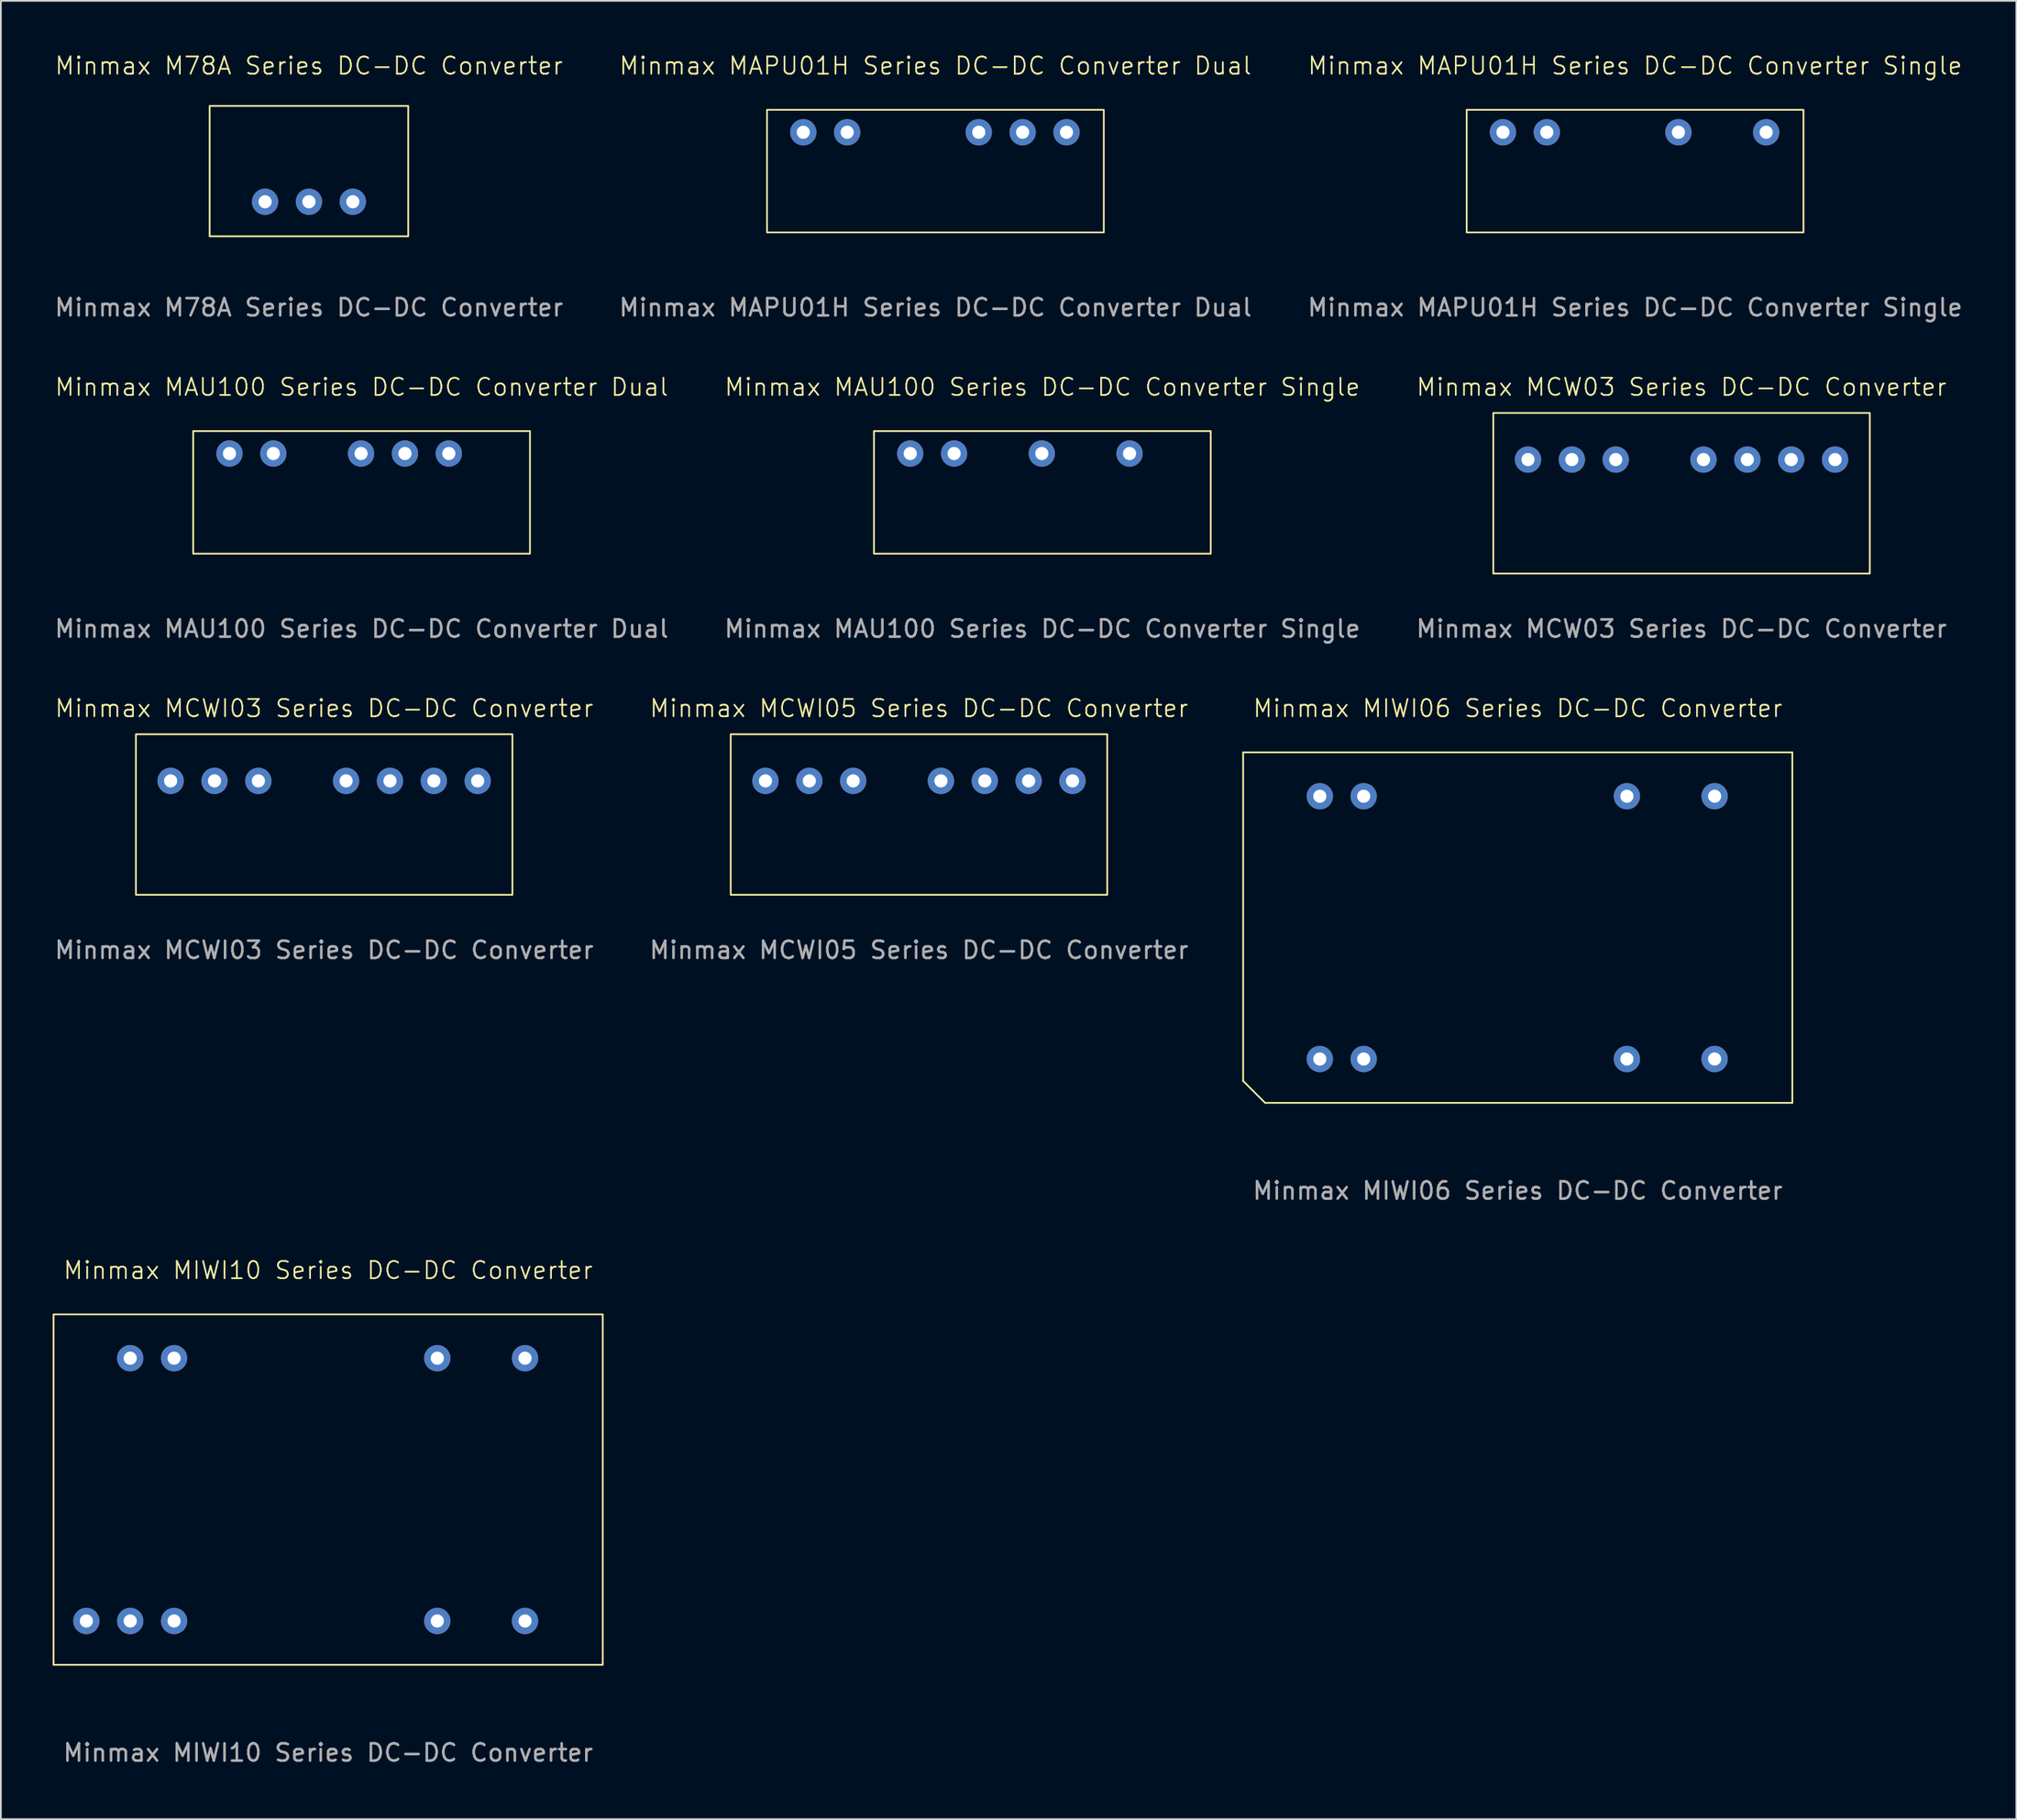
<source format=kicad_pcb>
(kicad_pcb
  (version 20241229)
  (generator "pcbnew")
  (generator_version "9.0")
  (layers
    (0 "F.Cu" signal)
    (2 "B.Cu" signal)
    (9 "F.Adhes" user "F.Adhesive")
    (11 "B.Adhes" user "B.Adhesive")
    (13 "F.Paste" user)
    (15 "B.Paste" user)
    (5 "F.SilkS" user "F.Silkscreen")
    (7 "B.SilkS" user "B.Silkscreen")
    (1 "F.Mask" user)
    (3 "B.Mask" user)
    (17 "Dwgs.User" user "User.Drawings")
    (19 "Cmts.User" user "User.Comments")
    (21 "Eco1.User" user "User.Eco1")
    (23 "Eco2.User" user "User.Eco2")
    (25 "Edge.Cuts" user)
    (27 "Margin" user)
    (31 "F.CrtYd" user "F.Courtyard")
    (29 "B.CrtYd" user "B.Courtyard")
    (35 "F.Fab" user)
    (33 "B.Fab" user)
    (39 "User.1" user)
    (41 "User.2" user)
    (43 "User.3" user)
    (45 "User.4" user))
  (footprint "Minmax MCWI03 Series DC-DC Converter"
    (layer "F.Cu")
    (at 15.72 44.078)
    (property "Reference" "Minmax MCWI03 Series DC-DC Converter" (at 0 -6.1 0) (unlocked yes) (layer "F.SilkS") (effects (font (size 1 1) (thickness 0.1))))
    (attr through_hole)
    (fp_rect (start -10.9 -4.6) (end 10.9 4.7) (stroke (width 0.1) (type default)) (fill no) (layer "F.SilkS"))
    (fp_text user "${REFERENCE}" (at 0 7.9 0) (unlocked yes) (layer "F.Fab") (effects (font (size 1 1) (thickness 0.15))))
    (pad "1" thru_hole circle (at -8.89 -1.9) (size 1.524 1.524) (drill 0.762) (layers "*.Cu" "*.Mask"))
    (pad "2" thru_hole circle (at -6.35 -1.9) (size 1.524 1.524) (drill 0.762) (layers "*.Cu" "*.Mask"))
    (pad "3" thru_hole circle (at -3.81 -1.9) (size 1.524 1.524) (drill 0.762) (layers "*.Cu" "*.Mask"))
    (pad "5" thru_hole circle (at 1.27 -1.9) (size 1.524 1.524) (drill 0.762) (layers "*.Cu" "*.Mask"))
    (pad "6" thru_hole circle (at 3.81 -1.9) (size 1.524 1.524) (drill 0.762) (layers "*.Cu" "*.Mask"))
    (pad "7" thru_hole circle (at 6.35 -1.9) (size 1.524 1.524) (drill 0.762) (layers "*.Cu" "*.Mask"))
    (pad "8" thru_hole circle (at 8.89 -1.9) (size 1.524 1.524) (drill 0.762) (layers "*.Cu" "*.Mask")))
  (footprint "Minmax MCW03 Series DC-DC Converter"
    (layer "F.Cu")
    (at 94.315 25.469)
    (property "Reference" "Minmax MCW03 Series DC-DC Converter" (at 0 -6.1 0) (unlocked yes) (layer "F.SilkS") (effects (font (size 1 1) (thickness 0.1))))
    (attr through_hole)
    (fp_rect (start -10.9 -4.6) (end 10.9 4.7) (stroke (width 0.1) (type default)) (fill no) (layer "F.SilkS"))
    (fp_text user "${REFERENCE}" (at 0 7.9 0) (unlocked yes) (layer "F.Fab") (effects (font (size 1 1) (thickness 0.15))))
    (pad "1" thru_hole circle (at -8.89 -1.9) (size 1.524 1.524) (drill 0.762) (layers "*.Cu" "*.Mask"))
    (pad "2" thru_hole circle (at -6.35 -1.9) (size 1.524 1.524) (drill 0.762) (layers "*.Cu" "*.Mask"))
    (pad "3" thru_hole circle (at -3.81 -1.9) (size 1.524 1.524) (drill 0.762) (layers "*.Cu" "*.Mask"))
    (pad "5" thru_hole circle (at 1.27 -1.9) (size 1.524 1.524) (drill 0.762) (layers "*.Cu" "*.Mask"))
    (pad "6" thru_hole circle (at 3.81 -1.9) (size 1.524 1.524) (drill 0.762) (layers "*.Cu" "*.Mask"))
    (pad "7" thru_hole circle (at 6.35 -1.9) (size 1.524 1.524) (drill 0.762) (layers "*.Cu" "*.Mask"))
    (pad "8" thru_hole circle (at 8.89 -1.9) (size 1.524 1.524) (drill 0.762) (layers "*.Cu" "*.Mask")))
  (footprint "Minmax M78A Series DC-DC Converter"
    (layer "F.Cu")
    (at 14.839 6.861)
    (property "Reference" "Minmax M78A Series DC-DC Converter" (at 0 -6.1 0) (unlocked yes) (layer "F.SilkS") (effects (font (size 1 1) (thickness 0.1))))
    (attr through_hole)
    (fp_rect (start -5.75 -3.775) (end 5.75 3.775) (stroke (width 0.1) (type default)) (fill no) (layer "F.SilkS"))
    (fp_text user "${REFERENCE}" (at 0 7.9 0) (unlocked yes) (layer "F.Fab") (effects (font (size 1 1) (thickness 0.15))))
    (pad "1" thru_hole circle (at -2.54 1.775) (size 1.524 1.524) (drill 0.762) (layers "*.Cu" "*.Mask"))
    (pad "2" thru_hole circle (at 0 1.775) (size 1.524 1.524) (drill 0.762) (layers "*.Cu" "*.Mask"))
    (pad "3" thru_hole circle (at 2.54 1.775) (size 1.524 1.524) (drill 0.762) (layers "*.Cu" "*.Mask")))
  (footprint "Minmax MCWI05 Series DC-DC Converter"
    (layer "F.Cu")
    (at 50.161 44.078)
    (property "Reference" "Minmax MCWI05 Series DC-DC Converter" (at 0 -6.1 0) (unlocked yes) (layer "F.SilkS") (effects (font (size 1 1) (thickness 0.1))))
    (attr through_hole)
    (fp_rect (start -10.9 -4.6) (end 10.9 4.7) (stroke (width 0.1) (type default)) (fill no) (layer "F.SilkS"))
    (fp_text user "${REFERENCE}" (at 0 7.9 0) (unlocked yes) (layer "F.Fab") (effects (font (size 1 1) (thickness 0.15))))
    (pad "1" thru_hole circle (at -8.89 -1.9) (size 1.524 1.524) (drill 0.762) (layers "*.Cu" "*.Mask"))
    (pad "2" thru_hole circle (at -6.35 -1.9) (size 1.524 1.524) (drill 0.762) (layers "*.Cu" "*.Mask"))
    (pad "3" thru_hole circle (at -3.81 -1.9) (size 1.524 1.524) (drill 0.762) (layers "*.Cu" "*.Mask"))
    (pad "5" thru_hole circle (at 1.27 -1.9) (size 1.524 1.524) (drill 0.762) (layers "*.Cu" "*.Mask"))
    (pad "6" thru_hole circle (at 3.81 -1.9) (size 1.524 1.524) (drill 0.762) (layers "*.Cu" "*.Mask"))
    (pad "7" thru_hole circle (at 6.35 -1.9) (size 1.524 1.524) (drill 0.762) (layers "*.Cu" "*.Mask"))
    (pad "8" thru_hole circle (at 8.89 -1.9) (size 1.524 1.524) (drill 0.762) (layers "*.Cu" "*.Mask")))
  (footprint "Minmax MAU100 Series DC-DC Converter Single"
    (layer "F.Cu")
    (at 57.304 25.469)
    (property "Reference" "Minmax MAU100 Series DC-DC Converter Single" (at 0 -6.1 0) (unlocked yes) (layer "F.SilkS") (effects (font (size 1 1) (thickness 0.1))))
    (attr through_hole)
    (fp_rect (start -9.75 -3.55) (end 9.75 3.55) (stroke (width 0.1) (type default)) (fill no) (layer "F.SilkS"))
    (fp_text user "${REFERENCE}" (at 0 7.9 0) (unlocked yes) (layer "F.Fab") (effects (font (size 1 1) (thickness 0.15))))
    (pad "1" thru_hole circle (at -7.65 -2.25) (size 1.524 1.524) (drill 0.762) (layers "*.Cu" "*.Mask"))
    (pad "2" thru_hole circle (at -5.11 -2.25) (size 1.524 1.524) (drill 0.762) (layers "*.Cu" "*.Mask"))
    (pad "4" thru_hole circle (at -0.03 -2.25) (size 1.524 1.524) (drill 0.762) (layers "*.Cu" "*.Mask"))
    (pad "6" thru_hole circle (at 5.05 -2.25) (size 1.524 1.524) (drill 0.762) (layers "*.Cu" "*.Mask")))
  (footprint "Minmax MAPU01H Series DC-DC Converter Single"
    (layer "F.Cu")
    (at 91.625 6.861)
    (property "Reference" "Minmax MAPU01H Series DC-DC Converter Single" (at 0 -6.1 0) (unlocked yes) (layer "F.SilkS") (effects (font (size 1 1) (thickness 0.1))))
    (attr through_hole)
    (fp_rect (start -9.75 -3.55) (end 9.75 3.55) (stroke (width 0.1) (type default)) (fill no) (layer "F.SilkS"))
    (fp_text user "${REFERENCE}" (at 0 7.9 0) (unlocked yes) (layer "F.Fab") (effects (font (size 1 1) (thickness 0.15))))
    (pad "1" thru_hole circle (at -7.65 -2.25) (size 1.524 1.524) (drill 0.762) (layers "*.Cu" "*.Mask"))
    (pad "2" thru_hole circle (at -5.11 -2.25) (size 1.524 1.524) (drill 0.762) (layers "*.Cu" "*.Mask"))
    (pad "5" thru_hole circle (at 2.51 -2.25) (size 1.524 1.524) (drill 0.762) (layers "*.Cu" "*.Mask"))
    (pad "7" thru_hole circle (at 7.59 -2.25) (size 1.524 1.524) (drill 0.762) (layers "*.Cu" "*.Mask")))
  (footprint "Minmax MIWI06 Series DC-DC Converter"
    (layer "F.Cu")
    (at 84.831 50.678)
    (property "Reference" "Minmax MIWI06 Series DC-DC Converter" (at 0 -12.7 0) (unlocked yes) (layer "F.SilkS") (effects (font (size 1 1) (thickness 0.1))))
    (attr through_hole)
    (fp_line (start -15.9 -10.15) (end 15.9 -10.15) (stroke (width 0.1) (type default)) (layer "F.SilkS"))
    (fp_line (start -15.9 8.88) (end -15.9 -10.15) (stroke (width 0.1) (type default)) (layer "F.SilkS"))
    (fp_line (start -14.63 10.15) (end -15.9 8.88) (stroke (width 0.1) (type default)) (layer "F.SilkS"))
    (fp_line (start 15.9 -10.15) (end 15.9 10.15) (stroke (width 0.1) (type default)) (layer "F.SilkS"))
    (fp_line (start 15.9 10.15) (end -14.63 10.15) (stroke (width 0.1) (type default)) (layer "F.SilkS"))
    (fp_text user "${REFERENCE}" (at 0 15.24 0) (unlocked yes) (layer "F.Fab") (effects (font (size 1 1) (thickness 0.15))))
    (pad "2" thru_hole circle (at -11.46 7.61) (size 1.524 1.524) (drill 0.762) (layers "*.Cu" "*.Mask"))
    (pad "3" thru_hole circle (at -8.92 7.61) (size 1.524 1.524) (drill 0.762) (layers "*.Cu" "*.Mask"))
    (pad "9" thru_hole circle (at 6.32 7.61) (size 1.524 1.524) (drill 0.762) (layers "*.Cu" "*.Mask"))
    (pad "11" thru_hole circle (at 11.4 7.61) (size 1.524 1.524) (drill 0.762) (layers "*.Cu" "*.Mask"))
    (pad "14" thru_hole circle (at 11.4 -7.61) (size 1.524 1.524) (drill 0.762) (layers "*.Cu" "*.Mask"))
    (pad "16" thru_hole circle (at 6.32 -7.61) (size 1.524 1.524) (drill 0.762) (layers "*.Cu" "*.Mask"))
    (pad "22" thru_hole circle (at -8.92 -7.61) (size 1.524 1.524) (drill 0.762) (layers "*.Cu" "*.Mask"))
    (pad "23" thru_hole circle (at -11.46 -7.61) (size 1.524 1.524) (drill 0.762) (layers "*.Cu" "*.Mask")))
  (footprint "Minmax MAU100 Series DC-DC Converter Dual"
    (layer "F.Cu")
    (at 17.887 25.469)
    (property "Reference" "Minmax MAU100 Series DC-DC Converter Dual" (at 0 -6.1 0) (unlocked yes) (layer "F.SilkS") (effects (font (size 1 1) (thickness 0.1))))
    (attr through_hole)
    (fp_rect (start -9.75 -3.55) (end 9.75 3.55) (stroke (width 0.1) (type default)) (fill no) (layer "F.SilkS"))
    (fp_text user "${REFERENCE}" (at 0 7.9 0) (unlocked yes) (layer "F.Fab") (effects (font (size 1 1) (thickness 0.15))))
    (pad "1" thru_hole circle (at -7.65 -2.25) (size 1.524 1.524) (drill 0.762) (layers "*.Cu" "*.Mask"))
    (pad "2" thru_hole circle (at -5.11 -2.25) (size 1.524 1.524) (drill 0.762) (layers "*.Cu" "*.Mask"))
    (pad "4" thru_hole circle (at -0.03 -2.25) (size 1.524 1.524) (drill 0.762) (layers "*.Cu" "*.Mask"))
    (pad "5" thru_hole circle (at 2.51 -2.25) (size 1.524 1.524) (drill 0.762) (layers "*.Cu" "*.Mask"))
    (pad "6" thru_hole circle (at 5.05 -2.25) (size 1.524 1.524) (drill 0.762) (layers "*.Cu" "*.Mask")))
  (footprint "Minmax MIWI10 Series DC-DC Converter"
    (layer "F.Cu")
    (at 15.95 83.227)
    (property "Reference" "Minmax MIWI10 Series DC-DC Converter" (at 0 -12.7 0) (unlocked yes) (layer "F.SilkS") (effects (font (size 1 1) (thickness 0.1))))
    (attr through_hole)
    (fp_rect (start -15.9 -10.15) (end 15.9 10.15) (stroke (width 0.1) (type default)) (fill no) (layer "F.SilkS"))
    (fp_text user "${REFERENCE}" (at 0 15.24 0) (unlocked yes) (layer "F.Fab") (effects (font (size 1 1) (thickness 0.15))))
    (pad "1" thru_hole circle (at -14 7.61) (size 1.524 1.524) (drill 0.762) (layers "*.Cu" "*.Mask"))
    (pad "2" thru_hole circle (at -11.46 7.61) (size 1.524 1.524) (drill 0.762) (layers "*.Cu" "*.Mask"))
    (pad "3" thru_hole circle (at -8.92 7.61) (size 1.524 1.524) (drill 0.762) (layers "*.Cu" "*.Mask"))
    (pad "9" thru_hole circle (at 6.32 7.61) (size 1.524 1.524) (drill 0.762) (layers "*.Cu" "*.Mask"))
    (pad "11" thru_hole circle (at 11.4 7.61) (size 1.524 1.524) (drill 0.762) (layers "*.Cu" "*.Mask"))
    (pad "14" thru_hole circle (at 11.4 -7.61) (size 1.524 1.524) (drill 0.762) (layers "*.Cu" "*.Mask"))
    (pad "16" thru_hole circle (at 6.32 -7.61) (size 1.524 1.524) (drill 0.762) (layers "*.Cu" "*.Mask"))
    (pad "22" thru_hole circle (at -8.92 -7.61) (size 1.524 1.524) (drill 0.762) (layers "*.Cu" "*.Mask"))
    (pad "23" thru_hole circle (at -11.46 -7.61) (size 1.524 1.524) (drill 0.762) (layers "*.Cu" "*.Mask")))
  (footprint "Minmax MAPU01H Series DC-DC Converter Dual"
    (layer "F.Cu")
    (at 51.113 6.861)
    (property "Reference" "Minmax MAPU01H Series DC-DC Converter Dual" (at 0 -6.1 0) (unlocked yes) (layer "F.SilkS") (effects (font (size 1 1) (thickness 0.1))))
    (attr through_hole)
    (fp_rect (start -9.75 -3.55) (end 9.75 3.55) (stroke (width 0.1) (type default)) (fill no) (layer "F.SilkS"))
    (fp_text user "${REFERENCE}" (at 0 7.9 0) (unlocked yes) (layer "F.Fab") (effects (font (size 1 1) (thickness 0.15))))
    (pad "1" thru_hole circle (at -7.65 -2.25) (size 1.524 1.524) (drill 0.762) (layers "*.Cu" "*.Mask"))
    (pad "2" thru_hole circle (at -5.11 -2.25) (size 1.524 1.524) (drill 0.762) (layers "*.Cu" "*.Mask"))
    (pad "5" thru_hole circle (at 2.51 -2.25) (size 1.524 1.524) (drill 0.762) (layers "*.Cu" "*.Mask"))
    (pad "6" thru_hole circle (at 5.05 -2.25) (size 1.524 1.524) (drill 0.762) (layers "*.Cu" "*.Mask"))
    (pad "7" thru_hole circle (at 7.59 -2.25) (size 1.524 1.524) (drill 0.762) (layers "*.Cu" "*.Mask")))
  (gr_rect
    (start -3 -3)
    (end 113.702 102.315)
    (stroke (width 0.1) (type default))
    (fill no)
    (layer "Edge.Cuts")))
</source>
